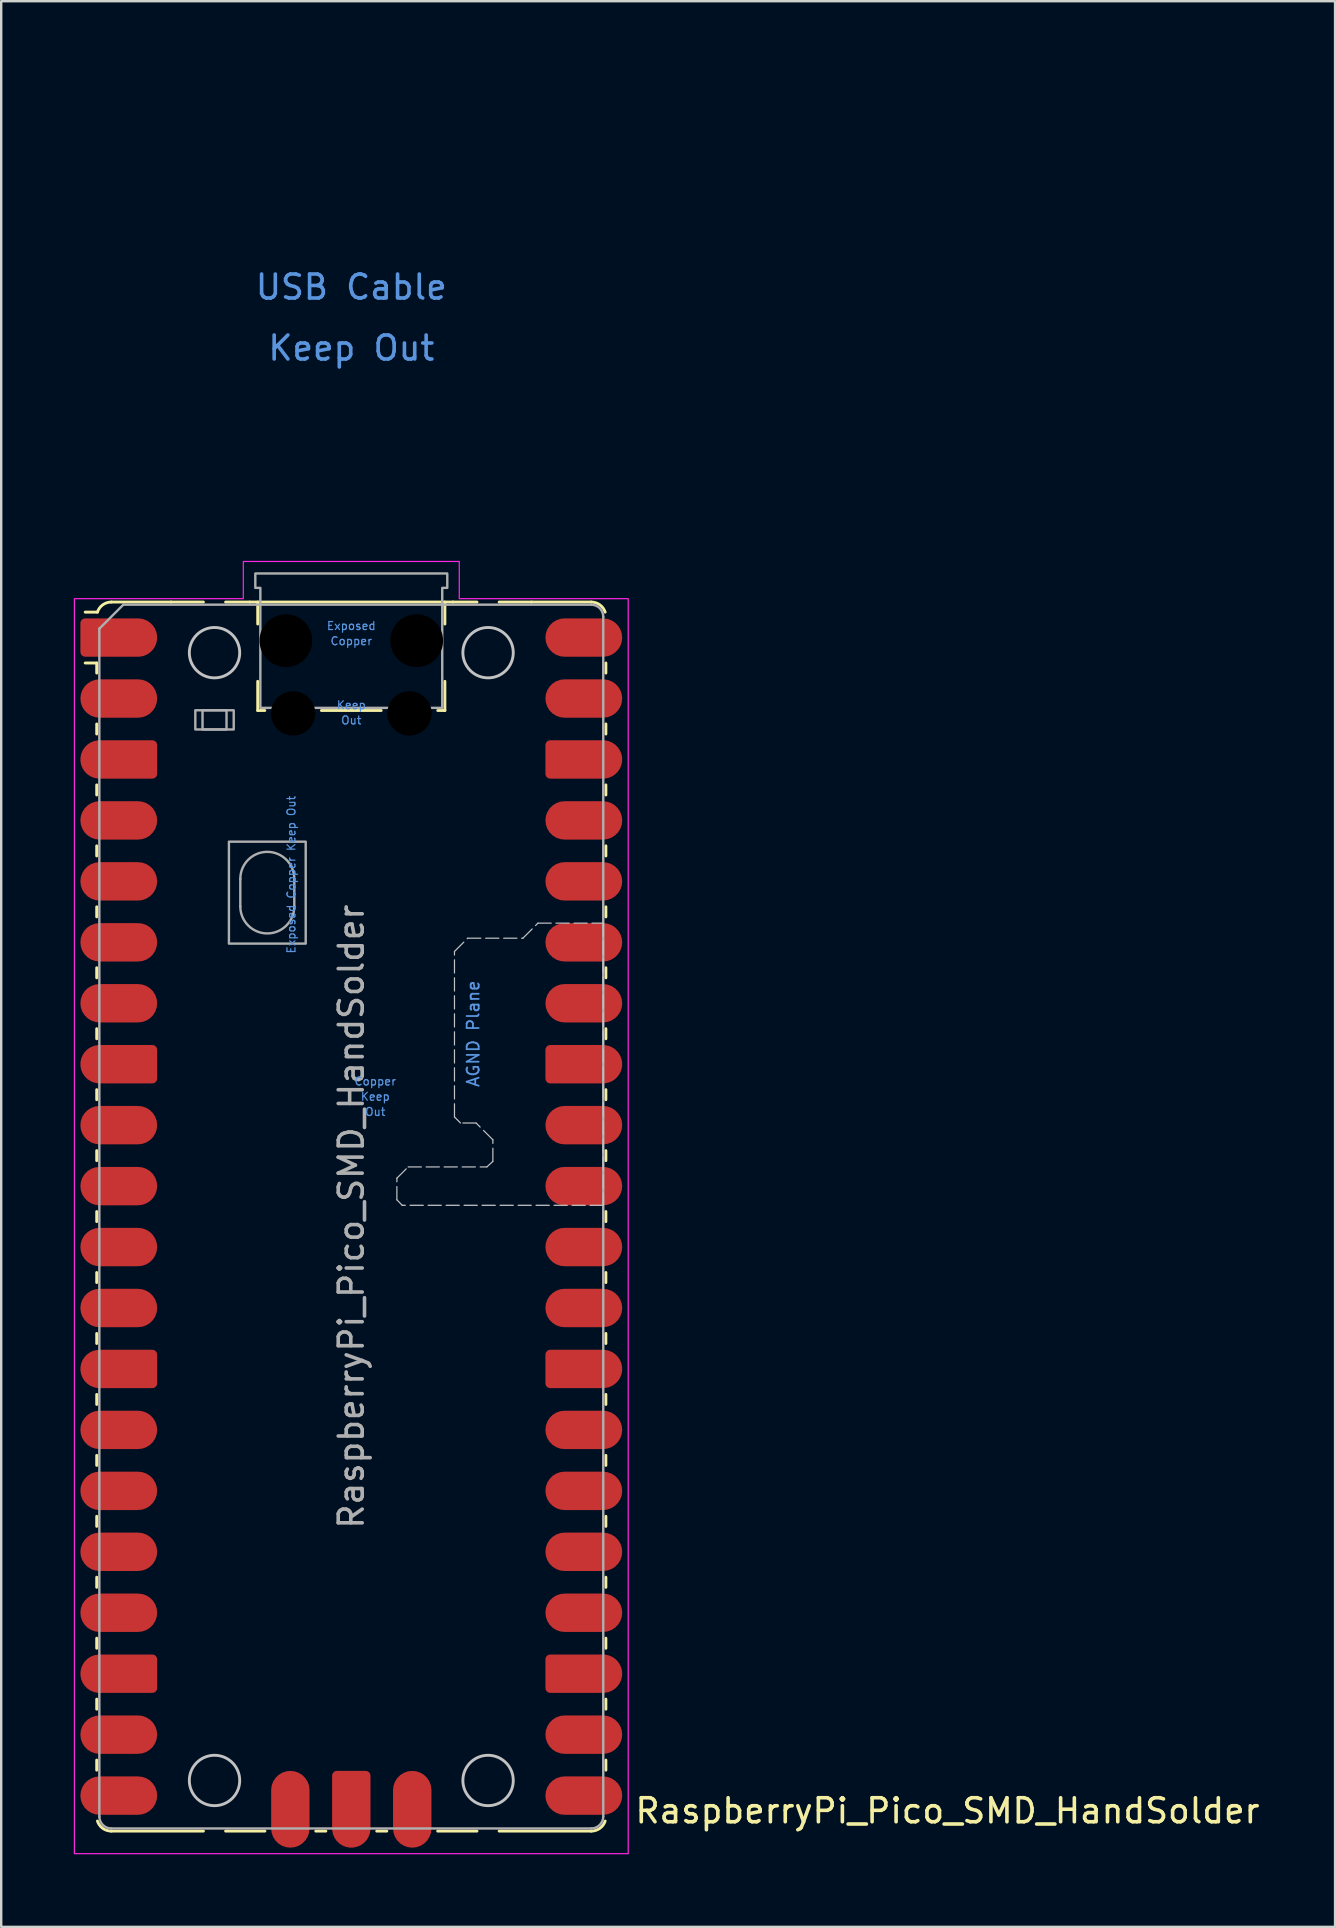
<source format=kicad_pcb>
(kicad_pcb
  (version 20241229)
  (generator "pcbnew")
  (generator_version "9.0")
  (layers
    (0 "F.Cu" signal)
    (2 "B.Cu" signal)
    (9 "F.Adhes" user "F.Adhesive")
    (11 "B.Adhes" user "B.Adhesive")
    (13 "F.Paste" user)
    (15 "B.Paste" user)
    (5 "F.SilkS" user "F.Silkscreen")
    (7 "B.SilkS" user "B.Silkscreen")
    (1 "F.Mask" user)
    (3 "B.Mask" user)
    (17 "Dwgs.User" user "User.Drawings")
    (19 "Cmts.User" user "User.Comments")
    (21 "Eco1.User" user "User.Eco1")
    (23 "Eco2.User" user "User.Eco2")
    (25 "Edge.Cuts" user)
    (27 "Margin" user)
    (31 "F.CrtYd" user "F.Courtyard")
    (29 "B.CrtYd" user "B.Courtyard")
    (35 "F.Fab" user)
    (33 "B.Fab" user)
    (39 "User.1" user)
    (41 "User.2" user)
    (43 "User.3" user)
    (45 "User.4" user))
  (footprint "RaspberryPi_Pico_SMD_HandSolder"
    (layer "F.Cu")
    (at 11.59 47.65)
    (property "Reference" "RaspberryPi_Pico_SMD_HandSolder" (at 11.748 24.765 0) (unlocked yes) (layer "F.SilkS") (effects (font (size 1 1) (thickness 0.15)) (justify left)))
    (attr smd)
    (fp_line (start -10.61 -23.07) (end -11.09 -23.07) (stroke (width 0.12) (type solid)) (layer "F.SilkS"))
    (fp_line (start -10.61 -23.07) (end -10.61 -22.65) (stroke (width 0.12) (type solid)) (layer "F.SilkS"))
    (fp_line (start -10.61 -20.53) (end -10.61 -20.11) (stroke (width 0.12) (type solid)) (layer "F.SilkS"))
    (fp_line (start -10.61 -17.99) (end -10.61 -17.57) (stroke (width 0.12) (type solid)) (layer "F.SilkS"))
    (fp_line (start -10.61 -15.45) (end -10.61 -15.03) (stroke (width 0.12) (type solid)) (layer "F.SilkS"))
    (fp_line (start -10.61 -12.91) (end -10.61 -12.49) (stroke (width 0.12) (type solid)) (layer "F.SilkS"))
    (fp_line (start -10.61 -10.37) (end -10.61 -9.95) (stroke (width 0.12) (type solid)) (layer "F.SilkS"))
    (fp_line (start -10.61 -7.83) (end -10.61 -7.41) (stroke (width 0.12) (type solid)) (layer "F.SilkS"))
    (fp_line (start -10.61 -5.29) (end -10.61 -4.87) (stroke (width 0.12) (type solid)) (layer "F.SilkS"))
    (fp_line (start -10.61 -2.75) (end -10.61 -2.33) (stroke (width 0.12) (type solid)) (layer "F.SilkS"))
    (fp_line (start -10.61 -0.21) (end -10.61 0.21) (stroke (width 0.12) (type solid)) (layer "F.SilkS"))
    (fp_line (start -10.61 2.33) (end -10.61 2.75) (stroke (width 0.12) (type solid)) (layer "F.SilkS"))
    (fp_line (start -10.61 4.87) (end -10.61 5.29) (stroke (width 0.12) (type solid)) (layer "F.SilkS"))
    (fp_line (start -10.61 7.41) (end -10.61 7.83) (stroke (width 0.12) (type solid)) (layer "F.SilkS"))
    (fp_line (start -10.61 9.95) (end -10.61 10.37) (stroke (width 0.12) (type solid)) (layer "F.SilkS"))
    (fp_line (start -10.61 12.49) (end -10.61 12.91) (stroke (width 0.12) (type solid)) (layer "F.SilkS"))
    (fp_line (start -10.61 15.03) (end -10.61 15.45) (stroke (width 0.12) (type solid)) (layer "F.SilkS"))
    (fp_line (start -10.61 17.57) (end -10.61 17.99) (stroke (width 0.12) (type solid)) (layer "F.SilkS"))
    (fp_line (start -10.61 20.11) (end -10.61 20.53) (stroke (width 0.12) (type solid)) (layer "F.SilkS"))
    (fp_line (start -10.61 22.65) (end -10.61 23.07) (stroke (width 0.12) (type solid)) (layer "F.SilkS"))
    (fp_line (start -10.58 -25.19) (end -11.09 -25.19) (stroke (width 0.12) (type solid)) (layer "F.SilkS"))
    (fp_line (start -10 -25.61) (end -7.51 -25.61) (stroke (width 0.12) (type solid)) (layer "F.SilkS"))
    (fp_line (start -10 25.61) (end -6.162 25.61) (stroke (width 0.12) (type solid)) (layer "F.SilkS"))
    (fp_line (start -7.51 -25.61) (end -6.162 -25.61) (stroke (width 0.12) (type solid)) (layer "F.SilkS"))
    (fp_line (start -5.238 -25.61) (end -4.235 -25.61) (stroke (width 0.12) (type solid)) (layer "F.SilkS"))
    (fp_line (start -4.235 -25.61) (end 4.235 -25.61) (stroke (width 0.12) (type solid)) (layer "F.SilkS"))
    (fp_line (start -3.9 -25.61) (end -3.9 -24.694) (stroke (width 0.12) (type solid)) (layer "F.SilkS"))
    (fp_line (start -3.9 -22.306) (end -3.9 -21.09) (stroke (width 0.12) (type solid)) (layer "F.SilkS"))
    (fp_line (start -3.9 -21.09) (end -3.604 -21.09) (stroke (width 0.12) (type solid)) (layer "F.SilkS"))
    (fp_line (start -3.6 25.61) (end -5.238 25.61) (stroke (width 0.12) (type solid)) (layer "F.SilkS"))
    (fp_line (start -1.48 25.61) (end -1.06 25.61) (stroke (width 0.12) (type solid)) (layer "F.SilkS"))
    (fp_line (start -1.246 -21.09) (end 1.246 -21.09) (stroke (width 0.12) (type solid)) (layer "F.SilkS"))
    (fp_line (start 1.06 25.61) (end 1.48 25.61) (stroke (width 0.12) (type solid)) (layer "F.SilkS"))
    (fp_line (start 3.604 -21.09) (end 3.9 -21.09) (stroke (width 0.12) (type solid)) (layer "F.SilkS"))
    (fp_line (start 3.9 -25.61) (end 3.9 -24.694) (stroke (width 0.12) (type solid)) (layer "F.SilkS"))
    (fp_line (start 3.9 -22.306) (end 3.9 -21.09) (stroke (width 0.12) (type solid)) (layer "F.SilkS"))
    (fp_line (start 4.235 -25.61) (end 5.238 -25.61) (stroke (width 0.12) (type solid)) (layer "F.SilkS"))
    (fp_line (start 5.238 25.61) (end 3.6 25.61) (stroke (width 0.12) (type solid)) (layer "F.SilkS"))
    (fp_line (start 6.162 -25.61) (end 7.51 -25.61) (stroke (width 0.12) (type solid)) (layer "F.SilkS"))
    (fp_line (start 6.162 25.61) (end 10 25.61) (stroke (width 0.12) (type solid)) (layer "F.SilkS"))
    (fp_line (start 10 -25.61) (end 7.51 -25.61) (stroke (width 0.12) (type solid)) (layer "F.SilkS"))
    (fp_line (start 10.61 -23.07) (end 10.61 -22.65) (stroke (width 0.12) (type solid)) (layer "F.SilkS"))
    (fp_line (start 10.61 -20.53) (end 10.61 -20.11) (stroke (width 0.12) (type solid)) (layer "F.SilkS"))
    (fp_line (start 10.61 -17.99) (end 10.61 -17.57) (stroke (width 0.12) (type solid)) (layer "F.SilkS"))
    (fp_line (start 10.61 -15.45) (end 10.61 -15.03) (stroke (width 0.12) (type solid)) (layer "F.SilkS"))
    (fp_line (start 10.61 -12.91) (end 10.61 -12.49) (stroke (width 0.12) (type solid)) (layer "F.SilkS"))
    (fp_line (start 10.61 -10.37) (end 10.61 -9.95) (stroke (width 0.12) (type solid)) (layer "F.SilkS"))
    (fp_line (start 10.61 -7.83) (end 10.61 -7.41) (stroke (width 0.12) (type solid)) (layer "F.SilkS"))
    (fp_line (start 10.61 -5.29) (end 10.61 -4.87) (stroke (width 0.12) (type solid)) (layer "F.SilkS"))
    (fp_line (start 10.61 -2.75) (end 10.61 -2.33) (stroke (width 0.12) (type solid)) (layer "F.SilkS"))
    (fp_line (start 10.61 -0.21) (end 10.61 0.21) (stroke (width 0.12) (type solid)) (layer "F.SilkS"))
    (fp_line (start 10.61 2.33) (end 10.61 2.75) (stroke (width 0.12) (type solid)) (layer "F.SilkS"))
    (fp_line (start 10.61 4.87) (end 10.61 5.29) (stroke (width 0.12) (type solid)) (layer "F.SilkS"))
    (fp_line (start 10.61 7.41) (end 10.61 7.83) (stroke (width 0.12) (type solid)) (layer "F.SilkS"))
    (fp_line (start 10.61 9.95) (end 10.61 10.37) (stroke (width 0.12) (type solid)) (layer "F.SilkS"))
    (fp_line (start 10.61 12.49) (end 10.61 12.91) (stroke (width 0.12) (type solid)) (layer "F.SilkS"))
    (fp_line (start 10.61 15.03) (end 10.61 15.45) (stroke (width 0.12) (type solid)) (layer "F.SilkS"))
    (fp_line (start 10.61 17.57) (end 10.61 17.99) (stroke (width 0.12) (type solid)) (layer "F.SilkS"))
    (fp_line (start 10.61 20.11) (end 10.61 20.53) (stroke (width 0.12) (type solid)) (layer "F.SilkS"))
    (fp_line (start 10.61 22.65) (end 10.61 23.07) (stroke (width 0.12) (type solid)) (layer "F.SilkS"))
    (fp_arc (start -10.579676 -25.19) (mid -10.357938 -25.493944) (end -10 -25.61) (stroke (width 0.12) (type solid)) (layer "F.SilkS"))
    (fp_arc (start -10 25.61) (mid -10.357937 25.493944) (end -10.579676 25.189937) (stroke (width 0.12) (type solid)) (layer "F.SilkS"))
    (fp_arc (start 10 -25.61) (mid 10.357937 -25.493944) (end 10.579676 -25.189937) (stroke (width 0.12) (type solid)) (layer "F.SilkS"))
    (fp_arc (start 10.579676 25.189937) (mid 10.357958 25.493991) (end 10 25.61) (stroke (width 0.12) (type solid)) (layer "F.SilkS"))
    (fp_circle (center -5.7 -23.5) (end -4.65 -23.5) (stroke (width 0.12) (type solid)) (fill no) (layer "Dwgs.User"))
    (fp_circle (center -5.7 23.5) (end -4.65 23.5) (stroke (width 0.12) (type solid)) (fill no) (layer "Dwgs.User"))
    (fp_circle (center 5.7 -23.5) (end 6.75 -23.5) (stroke (width 0.12) (type solid)) (fill no) (layer "Dwgs.User"))
    (fp_circle (center 5.7 23.5) (end 6.75 23.5) (stroke (width 0.12) (type solid)) (fill no) (layer "Dwgs.User"))
    (fp_poly (pts (xy 10.5 -0.47) (xy 2.12 -0.47) (xy 1.9 -0.7) (xy 1.9 -1.6) (xy 2.37 -2.07) (xy 5.65 -2.07) (xy 5.9 -2.3) (xy 5.9 -3.2) (xy 5.2 -3.9) (xy 4.55 -3.9) (xy 4.3 -4.15) (xy 4.3 -11.05) (xy 4.85 -11.6) (xy 7.15 -11.6) (xy 7.78 -12.23) (xy 10.5 -12.23)) (stroke (width 0.05) (type dash)) (fill no) (layer "Dwgs.User"))
    (fp_poly (pts (xy -4.5 -27.3) (xy 4.5 -27.3) (xy 4.5 -25.75) (xy 11.54 -25.75) (xy 11.54 26.55) (xy -11.54 26.55) (xy -11.54 -25.75) (xy -4.5 -25.75)) (stroke (width 0.05) (type solid)) (fill no) (layer "F.CrtYd"))
    (fp_line (start -10.5 -24.5) (end -9.5 -25.5) (stroke (width 0.1) (type solid)) (layer "F.Fab"))
    (fp_line (start -10.5 25) (end -10.5 -24.5) (stroke (width 0.1) (type solid)) (layer "F.Fab"))
    (fp_line (start -9.5 -25.5) (end 10 -25.5) (stroke (width 0.1) (type solid)) (layer "F.Fab"))
    (fp_line (start -4.625 -14.075) (end -4.625 -12.925) (stroke (width 0.1) (type solid)) (layer "F.Fab"))
    (fp_line (start -2.375 -14.075) (end -2.375 -12.925) (stroke (width 0.1) (type solid)) (layer "F.Fab"))
    (fp_line (start 10 25.5) (end -10 25.5) (stroke (width 0.1) (type solid)) (layer "F.Fab"))
    (fp_line (start 10.5 -25) (end 10.5 25) (stroke (width 0.1) (type solid)) (layer "F.Fab"))
    (fp_rect (start -6.5 -21.1) (end -4.9 -20.3) (stroke (width 0.1) (type solid)) (fill no) (layer "F.Fab"))
    (fp_rect (start -6.2 -21.1) (end -5.2 -20.3) (stroke (width 0.1) (type solid)) (fill no) (layer "F.Fab"))
    (fp_rect (start -5.1 -15.625) (end -1.9 -11.375) (stroke (width 0.1) (type solid)) (fill no) (layer "F.Fab"))
    (fp_arc (start -10 25.5) (mid -10.353553 25.353553) (end -10.5 25) (stroke (width 0.1) (type solid)) (layer "F.Fab"))
    (fp_arc (start -4.625 -14.075) (mid -3.5 -15.2) (end -2.375 -14.075) (stroke (width 0.1) (type solid)) (layer "F.Fab"))
    (fp_arc (start -2.375 -12.925) (mid -3.5 -11.8) (end -4.625 -12.925) (stroke (width 0.1) (type solid)) (layer "F.Fab"))
    (fp_arc (start 10 -25.5) (mid 10.353553 -25.353553) (end 10.5 -25) (stroke (width 0.1) (type solid)) (layer "F.Fab"))
    (fp_arc (start 10.5 25) (mid 10.353553 25.353553) (end 10 25.5) (stroke (width 0.1) (type solid)) (layer "F.Fab"))
    (fp_poly (pts (xy 3.79 -21.2) (xy 3.79 -26.2) (xy 4 -26.2) (xy 4 -26.8) (xy -4 -26.8) (xy -4 -26.2) (xy -3.79 -26.2) (xy -3.79 -21.2)) (stroke (width 0.1) (type solid)) (fill no) (layer "F.Fab"))
    (fp_text user "Copper" (at 0 -23.983 0) (unlocked yes) (layer "Cmts.User") (effects (font (size 0.333 0.333) (thickness 0.05))))
    (fp_text user "Exposed" (at 0 -24.617 0) (unlocked yes) (layer "Cmts.User") (effects (font (size 0.333 0.333) (thickness 0.05))))
    (fp_text user "Copper" (at 1 -5.635 0) (unlocked yes) (layer "Cmts.User") (effects (font (size 0.333 0.333) (thickness 0.05))))
    (fp_text user "Keep Out" (at 0 -36.195 0) (unlocked yes) (layer "Cmts.User") (effects (font (size 1 1) (thickness 0.15))))
    (fp_text user "AGND Plane" (at 5.08 -7.62 90) (unlocked yes) (layer "Cmts.User") (effects (font (size 0.5 0.5) (thickness 0.075))))
    (fp_text user "Keep" (at 1 -5 0) (unlocked yes) (layer "Cmts.User") (effects (font (size 0.333 0.333) (thickness 0.05))))
    (fp_text user "USB Cable" (at 0 -38.735 0) (unlocked yes) (layer "Cmts.User") (effects (font (size 1 1) (thickness 0.15))))
    (fp_text user "Exposed Copper Keep Out" (at -2.5 -14.25 90) (unlocked yes) (layer "Cmts.User") (effects (font (size 0.333 0.333) (thickness 0.05))))
    (fp_text user "Out" (at 1 -4.365 0) (unlocked yes) (layer "Cmts.User") (effects (font (size 0.333 0.333) (thickness 0.05))))
    (fp_text user "Out" (at 0 -20.683 0) (unlocked yes) (layer "Cmts.User") (effects (font (size 0.333 0.333) (thickness 0.05))))
    (fp_text user "Keep" (at 0 -21.317 0) (unlocked yes) (layer "Cmts.User") (effects (font (size 0.333 0.333) (thickness 0.05))))
    (fp_text user "${REFERENCE}" (at 0 0 90) (layer "F.Fab") (effects (font (size 1 1) (thickness 0.15))))
    (pad "" smd rect (at -8.89 -24.13) (size 3.8 2.2) (drill (offset -0.8 0)) (layers "F.Paste"))
    (pad "" smd rect (at -8.89 -21.59) (size 3.8 2.2) (drill (offset -0.8 0)) (layers "F.Paste"))
    (pad "" smd rect (at -8.89 -19.05) (size 3.8 2.2) (drill (offset -0.8 0)) (layers "F.Paste"))
    (pad "" smd rect (at -8.89 -16.51) (size 3.8 2.2) (drill (offset -0.8 0)) (layers "F.Paste"))
    (pad "" smd rect (at -8.89 -13.97) (size 3.8 2.2) (drill (offset -0.8 0)) (layers "F.Paste"))
    (pad "" smd rect (at -8.89 -11.43) (size 3.8 2.2) (drill (offset -0.8 0)) (layers "F.Paste"))
    (pad "" smd rect (at -8.89 -8.89) (size 3.8 2.2) (drill (offset -0.8 0)) (layers "F.Paste"))
    (pad "" smd rect (at -8.89 -6.35) (size 3.8 2.2) (drill (offset -0.8 0)) (layers "F.Paste"))
    (pad "" smd rect (at -8.89 -3.81) (size 3.8 2.2) (drill (offset -0.8 0)) (layers "F.Paste"))
    (pad "" smd rect (at -8.89 -1.27) (size 3.8 2.2) (drill (offset -0.8 0)) (layers "F.Paste"))
    (pad "" smd rect (at -8.89 1.27) (size 3.8 2.2) (drill (offset -0.8 0)) (layers "F.Paste"))
    (pad "" smd rect (at -8.89 3.81) (size 3.8 2.2) (drill (offset -0.8 0)) (layers "F.Paste"))
    (pad "" smd rect (at -8.89 6.35) (size 3.8 2.2) (drill (offset -0.8 0)) (layers "F.Paste"))
    (pad "" smd rect (at -8.89 8.89) (size 3.8 2.2) (drill (offset -0.8 0)) (layers "F.Paste"))
    (pad "" smd rect (at -8.89 11.43) (size 3.8 2.2) (drill (offset -0.8 0)) (layers "F.Paste"))
    (pad "" smd rect (at -8.89 13.97) (size 3.8 2.2) (drill (offset -0.8 0)) (layers "F.Paste"))
    (pad "" smd rect (at -8.89 16.51) (size 3.8 2.2) (drill (offset -0.8 0)) (layers "F.Paste"))
    (pad "" smd rect (at -8.89 19.05) (size 3.8 2.2) (drill (offset -0.8 0)) (layers "F.Paste"))
    (pad "" smd rect (at -8.89 21.59) (size 3.8 2.2) (drill (offset -0.8 0)) (layers "F.Paste"))
    (pad "" smd rect (at -8.89 24.13) (size 3.8 2.2) (drill (offset -0.8 0)) (layers "F.Paste"))
    (pad "" np_thru_hole circle (at -2.725 -24) (size 2.2 2.2) (drill 2.2) (layers "*.Mask"))
    (pad "" smd rect (at -2.54 23.9) (size 2.2 3.8) (drill (offset 0 0.8)) (layers "F.Paste"))
    (pad "" np_thru_hole circle (at -2.425 -20.97) (size 1.85 1.85) (drill 1.85) (layers "*.Mask"))
    (pad "" smd rect (at 0 23.9) (size 2.2 3.8) (drill (offset 0 0.8)) (layers "F.Paste"))
    (pad "" np_thru_hole circle (at 2.425 -20.97) (size 1.85 1.85) (drill 1.85) (layers "*.Mask"))
    (pad "" smd rect (at 2.54 23.9) (size 2.2 3.8) (drill (offset 0 0.8)) (layers "F.Paste"))
    (pad "" np_thru_hole circle (at 2.725 -24) (size 2.2 2.2) (drill 2.2) (layers "*.Mask"))
    (pad "" smd rect (at 8.89 -24.13) (size 3.8 2.2) (drill (offset 0.8 0)) (layers "F.Paste"))
    (pad "" smd rect (at 8.89 -21.59) (size 3.8 2.2) (drill (offset 0.8 0)) (layers "F.Paste"))
    (pad "" smd rect (at 8.89 -19.05) (size 3.8 2.2) (drill (offset 0.8 0)) (layers "F.Paste"))
    (pad "" smd rect (at 8.89 -16.51) (size 3.8 2.2) (drill (offset 0.8 0)) (layers "F.Paste"))
    (pad "" smd rect (at 8.89 -13.97) (size 3.8 2.2) (drill (offset 0.8 0)) (layers "F.Paste"))
    (pad "" smd rect (at 8.89 -11.43) (size 3.8 2.2) (drill (offset 0.8 0)) (layers "F.Paste"))
    (pad "" smd rect (at 8.89 -8.89) (size 3.8 2.2) (drill (offset 0.8 0)) (layers "F.Paste"))
    (pad "" smd rect (at 8.89 -6.35) (size 3.8 2.2) (drill (offset 0.8 0)) (layers "F.Paste"))
    (pad "" smd rect (at 8.89 -3.81) (size 3.8 2.2) (drill (offset 0.8 0)) (layers "F.Paste"))
    (pad "" smd rect (at 8.89 -1.27) (size 3.8 2.2) (drill (offset 0.8 0)) (layers "F.Paste"))
    (pad "" smd rect (at 8.89 1.27) (size 3.8 2.2) (drill (offset 0.8 0)) (layers "F.Paste"))
    (pad "" smd rect (at 8.89 3.81) (size 3.8 2.2) (drill (offset 0.8 0)) (layers "F.Paste"))
    (pad "" smd rect (at 8.89 6.35) (size 3.8 2.2) (drill (offset 0.8 0)) (layers "F.Paste"))
    (pad "" smd rect (at 8.89 8.89) (size 3.8 2.2) (drill (offset 0.8 0)) (layers "F.Paste"))
    (pad "" smd rect (at 8.89 11.43) (size 3.8 2.2) (drill (offset 0.8 0)) (layers "F.Paste"))
    (pad "" smd rect (at 8.89 13.97) (size 3.8 2.2) (drill (offset 0.8 0)) (layers "F.Paste"))
    (pad "" smd rect (at 8.89 16.51) (size 3.8 2.2) (drill (offset 0.8 0)) (layers "F.Paste"))
    (pad "" smd rect (at 8.89 19.05) (size 3.8 2.2) (drill (offset 0.8 0)) (layers "F.Paste"))
    (pad "" smd rect (at 8.89 21.59) (size 3.8 2.2) (drill (offset 0.8 0)) (layers "F.Paste"))
    (pad "" smd rect (at 8.89 24.13) (size 3.8 2.2) (drill (offset 0.8 0)) (layers "F.Paste"))
    (pad "1" smd custom (at -9.69 -24.13) (size 1.6 0.8) (layers "F.Cu" "F.Mask") (options (anchor rect)) (primitives (gr_circle (center 0.8 0) (end 1.6 0) (width 0) (fill yes)) (gr_poly (pts (xy -1.6 -0.6) (xy -1.6 0.6) (xy -1.4 0.8) (xy 0.8 0.8) (xy 0.8 -0.8) (xy -1.4 -0.8)) (width 0) (fill yes)) (gr_circle (center -1.4 -0.6) (end -1.2 -0.6) (width 0) (fill yes)) (gr_circle (center -1.4 0.6) (end -1.2 0.6) (width 0) (fill yes))))
    (pad "2" smd roundrect (at -9.69 -21.59) (size 3.2 1.6) (layers "F.Cu" "F.Mask") (roundrect_rratio 0.5))
    (pad "3" smd custom (at -9.69 -19.05) (size 1.6 0.8) (layers "F.Cu" "F.Mask") (options (anchor rect)) (primitives (gr_circle (center -0.8 0) (end 0 0) (width 0) (fill yes)) (gr_poly (pts (xy 1.6 -0.6) (xy 1.6 0.6) (xy 1.4 0.8) (xy -0.8 0.8) (xy -0.8 -0.8) (xy 1.4 -0.8)) (width 0) (fill yes)) (gr_circle (center 1.4 -0.6) (end 1.6 -0.6) (width 0) (fill yes)) (gr_circle (center 1.4 0.6) (end 1.6 0.6) (width 0) (fill yes))))
    (pad "4" smd roundrect (at -9.69 -16.51) (size 3.2 1.6) (layers "F.Cu" "F.Mask") (roundrect_rratio 0.5))
    (pad "5" smd roundrect (at -9.69 -13.97) (size 3.2 1.6) (layers "F.Cu" "F.Mask") (roundrect_rratio 0.5))
    (pad "6" smd roundrect (at -9.69 -11.43) (size 3.2 1.6) (layers "F.Cu" "F.Mask") (roundrect_rratio 0.5))
    (pad "7" smd roundrect (at -9.69 -8.89) (size 3.2 1.6) (layers "F.Cu" "F.Mask") (roundrect_rratio 0.5))
    (pad "8" smd custom (at -9.69 -6.35) (size 1.6 0.8) (layers "F.Cu" "F.Mask") (options (anchor rect)) (primitives (gr_circle (center -0.8 0) (end 0 0) (width 0) (fill yes)) (gr_poly (pts (xy 1.6 -0.6) (xy 1.6 0.6) (xy 1.4 0.8) (xy -0.8 0.8) (xy -0.8 -0.8) (xy 1.4 -0.8)) (width 0) (fill yes)) (gr_circle (center 1.4 -0.6) (end 1.6 -0.6) (width 0) (fill yes)) (gr_circle (center 1.4 0.6) (end 1.6 0.6) (width 0) (fill yes))))
    (pad "9" smd roundrect (at -9.69 -3.81) (size 3.2 1.6) (layers "F.Cu" "F.Mask") (roundrect_rratio 0.5))
    (pad "10" smd roundrect (at -9.69 -1.27) (size 3.2 1.6) (layers "F.Cu" "F.Mask") (roundrect_rratio 0.5))
    (pad "11" smd roundrect (at -9.69 1.27) (size 3.2 1.6) (layers "F.Cu" "F.Mask") (roundrect_rratio 0.5))
    (pad "12" smd roundrect (at -9.69 3.81) (size 3.2 1.6) (layers "F.Cu" "F.Mask") (roundrect_rratio 0.5))
    (pad "13" smd custom (at -9.69 6.35) (size 1.6 0.8) (layers "F.Cu" "F.Mask") (options (anchor rect)) (primitives (gr_circle (center -0.8 0) (end 0 0) (width 0) (fill yes)) (gr_poly (pts (xy 1.6 -0.6) (xy 1.6 0.6) (xy 1.4 0.8) (xy -0.8 0.8) (xy -0.8 -0.8) (xy 1.4 -0.8)) (width 0) (fill yes)) (gr_circle (center 1.4 -0.6) (end 1.6 -0.6) (width 0) (fill yes)) (gr_circle (center 1.4 0.6) (end 1.6 0.6) (width 0) (fill yes))))
    (pad "14" smd roundrect (at -9.69 8.89) (size 3.2 1.6) (layers "F.Cu" "F.Mask") (roundrect_rratio 0.5))
    (pad "15" smd roundrect (at -9.69 11.43) (size 3.2 1.6) (layers "F.Cu" "F.Mask") (roundrect_rratio 0.5))
    (pad "16" smd roundrect (at -9.69 13.97) (size 3.2 1.6) (layers "F.Cu" "F.Mask") (roundrect_rratio 0.5))
    (pad "17" smd roundrect (at -9.69 16.51) (size 3.2 1.6) (layers "F.Cu" "F.Mask") (roundrect_rratio 0.5))
    (pad "18" smd custom (at -9.69 19.05) (size 1.6 0.8) (layers "F.Cu" "F.Mask") (options (anchor rect)) (primitives (gr_circle (center -0.8 0) (end 0 0) (width 0) (fill yes)) (gr_poly (pts (xy 1.6 -0.6) (xy 1.6 0.6) (xy 1.4 0.8) (xy -0.8 0.8) (xy -0.8 -0.8) (xy 1.4 -0.8)) (width 0) (fill yes)) (gr_circle (center 1.4 -0.6) (end 1.6 -0.6) (width 0) (fill yes)) (gr_circle (center 1.4 0.6) (end 1.6 0.6) (width 0) (fill yes))))
    (pad "19" smd roundrect (at -9.69 21.59) (size 3.2 1.6) (layers "F.Cu" "F.Mask") (roundrect_rratio 0.5))
    (pad "20" smd roundrect (at -9.69 24.13) (size 3.2 1.6) (layers "F.Cu" "F.Mask") (roundrect_rratio 0.5))
    (pad "21" smd roundrect (at 9.69 24.13) (size 3.2 1.6) (layers "F.Cu" "F.Mask") (roundrect_rratio 0.5))
    (pad "22" smd roundrect (at 9.69 21.59) (size 3.2 1.6) (layers "F.Cu" "F.Mask") (roundrect_rratio 0.5))
    (pad "23" smd custom (at 9.69 19.05) (size 1.6 0.8) (layers "F.Cu" "F.Mask") (options (anchor rect)) (primitives (gr_circle (center 0.8 0) (end 1.6 0) (width 0) (fill yes)) (gr_poly (pts (xy -1.6 -0.6) (xy -1.6 0.6) (xy -1.4 0.8) (xy 0.8 0.8) (xy 0.8 -0.8) (xy -1.4 -0.8)) (width 0) (fill yes)) (gr_circle (center -1.4 -0.6) (end -1.2 -0.6) (width 0) (fill yes)) (gr_circle (center -1.4 0.6) (end -1.2 0.6) (width 0) (fill yes))))
    (pad "24" smd roundrect (at 9.69 16.51) (size 3.2 1.6) (layers "F.Cu" "F.Mask") (roundrect_rratio 0.5))
    (pad "25" smd roundrect (at 9.69 13.97) (size 3.2 1.6) (layers "F.Cu" "F.Mask") (roundrect_rratio 0.5))
    (pad "26" smd roundrect (at 9.69 11.43) (size 3.2 1.6) (layers "F.Cu" "F.Mask") (roundrect_rratio 0.5))
    (pad "27" smd roundrect (at 9.69 8.89) (size 3.2 1.6) (layers "F.Cu" "F.Mask") (roundrect_rratio 0.5))
    (pad "28" smd custom (at 9.69 6.35) (size 1.6 0.8) (layers "F.Cu" "F.Mask") (options (anchor rect)) (primitives (gr_circle (center 0.8 0) (end 1.6 0) (width 0) (fill yes)) (gr_poly (pts (xy -1.6 -0.6) (xy -1.6 0.6) (xy -1.4 0.8) (xy 0.8 0.8) (xy 0.8 -0.8) (xy -1.4 -0.8)) (width 0) (fill yes)) (gr_circle (center -1.4 -0.6) (end -1.2 -0.6) (width 0) (fill yes)) (gr_circle (center -1.4 0.6) (end -1.2 0.6) (width 0) (fill yes))))
    (pad "29" smd roundrect (at 9.69 3.81) (size 3.2 1.6) (layers "F.Cu" "F.Mask") (roundrect_rratio 0.5))
    (pad "30" smd roundrect (at 9.69 1.27) (size 3.2 1.6) (layers "F.Cu" "F.Mask") (roundrect_rratio 0.5))
    (pad "31" smd roundrect (at 9.69 -1.27) (size 3.2 1.6) (layers "F.Cu" "F.Mask") (roundrect_rratio 0.5))
    (pad "32" smd roundrect (at 9.69 -3.81) (size 3.2 1.6) (layers "F.Cu" "F.Mask") (roundrect_rratio 0.5))
    (pad "33" smd custom (at 9.69 -6.35) (size 1.6 0.8) (layers "F.Cu" "F.Mask") (options (anchor rect)) (primitives (gr_circle (center 0.8 0) (end 1.6 0) (width 0) (fill yes)) (gr_poly (pts (xy -1.6 -0.6) (xy -1.6 0.6) (xy -1.4 0.8) (xy 0.8 0.8) (xy 0.8 -0.8) (xy -1.4 -0.8)) (width 0) (fill yes)) (gr_circle (center -1.4 -0.6) (end -1.2 -0.6) (width 0) (fill yes)) (gr_circle (center -1.4 0.6) (end -1.2 0.6) (width 0) (fill yes))))
    (pad "34" smd roundrect (at 9.69 -8.89) (size 3.2 1.6) (layers "F.Cu" "F.Mask") (roundrect_rratio 0.5))
    (pad "35" smd roundrect (at 9.69 -11.43) (size 3.2 1.6) (layers "F.Cu" "F.Mask") (roundrect_rratio 0.5))
    (pad "36" smd roundrect (at 9.69 -13.97) (size 3.2 1.6) (layers "F.Cu" "F.Mask") (roundrect_rratio 0.5))
    (pad "37" smd roundrect (at 9.69 -16.51) (size 3.2 1.6) (layers "F.Cu" "F.Mask") (roundrect_rratio 0.5))
    (pad "38" smd custom (at 9.69 -19.05) (size 1.6 0.8) (layers "F.Cu" "F.Mask") (options (anchor rect)) (primitives (gr_circle (center 0.8 0) (end 1.6 0) (width 0) (fill yes)) (gr_poly (pts (xy -1.6 -0.6) (xy -1.6 0.6) (xy -1.4 0.8) (xy 0.8 0.8) (xy 0.8 -0.8) (xy -1.4 -0.8)) (width 0) (fill yes)) (gr_circle (center -1.4 -0.6) (end -1.2 -0.6) (width 0) (fill yes)) (gr_circle (center -1.4 0.6) (end -1.2 0.6) (width 0) (fill yes))))
    (pad "39" smd roundrect (at 9.69 -21.59) (size 3.2 1.6) (layers "F.Cu" "F.Mask") (roundrect_rratio 0.5))
    (pad "40" smd roundrect (at 9.69 -24.13) (size 3.2 1.6) (layers "F.Cu" "F.Mask") (roundrect_rratio 0.5))
    (pad "D1" smd roundrect (at -2.54 23.9 90) (size 3.2 1.6) (drill (offset -0.8 0)) (layers "F.Cu" "F.Mask") (roundrect_rratio 0.5))
    (pad "D2" smd custom (at 0 23.9 270) (size 1.6 1.6) (layers "F.Cu" "F.Mask") (options (anchor circle)) (primitives (gr_poly (pts (xy -0.8 -0.6) (xy -0.8 0.6) (xy -0.6 0.8) (xy 1.6 0.8) (xy 1.6 -0.8) (xy -0.6 -0.8)) (width 0) (fill yes)) (gr_circle (center -0.6 0.6) (end -0.4 0.6) (width 0) (fill yes)) (gr_circle (center -0.6 -0.6) (end -0.4 -0.6) (width 0) (fill yes)) (gr_circle (center 1.6 0) (end 2.4 0) (width 0) (fill yes))))
    (pad "D3" smd roundrect (at 2.54 23.9 90) (size 3.2 1.6) (drill (offset -0.8 0)) (layers "F.Cu" "F.Mask") (roundrect_rratio 0.5))
    (zone (net_name "") (layers "F.Cu" "F.Paste") (name "Pad Keep Out TP6") (hatch full 0.5) (connect_pads) (min_thickness 0.25) (filled_areas_thickness no) (keepout (tracks not_allowed) (vias not_allowed) (pads not_allowed) (copperpour not_allowed) (footprints allowed)) (placement (enabled no)) (fill) (polygon (pts (xy 8.574 37.598) (xy 8.448 37.564) (xy 8.334 37.498) (xy 8.242 37.406) (xy 8.176 37.292) (xy 8.142 37.166) (xy 8.14 37.1) (xy 8.14 33.4) (xy 10.04 33.4) (xy 10.04 37.1) (xy 10.038 37.166) (xy 10.004 37.292) (xy 9.938 37.406) (xy 9.846 37.498) (xy 9.732 37.564) (xy 9.606 37.598) (xy 9.54 37.6) (xy 8.64 37.6))))
    (zone (net_name "") (layers "F.Cu" "F.Paste") (name "Pad Keep Out TP3") (hatch full 0.5) (connect_pads) (min_thickness 0.25) (filled_areas_thickness no) (keepout (tracks not_allowed) (vias not_allowed) (pads not_allowed) (copperpour not_allowed) (footprints allowed)) (placement (enabled no)) (fill) (polygon (pts (xy 9.642 22.834) (xy 9.676 22.708) (xy 9.742 22.594) (xy 9.834 22.502) (xy 9.948 22.436) (xy 10.074 22.402) (xy 10.14 22.4) (xy 10.59 22.4) (xy 10.59 24.3) (xy 10.14 24.3) (xy 10.074 24.298) (xy 9.948 24.264) (xy 9.834 24.198) (xy 9.742 24.106) (xy 9.676 23.992) (xy 9.642 23.866) (xy 9.64 23.8) (xy 9.64 22.9))))
    (zone (net_name "") (layers "F.Cu" "F.Paste") (name "Pad Keep Out TP4") (hatch full 0.5) (connect_pads) (min_thickness 0.25) (filled_areas_thickness no) (keepout (tracks not_allowed) (vias not_allowed) (pads not_allowed) (copperpour not_allowed) (footprints allowed)) (placement (enabled no)) (fill) (polygon (pts (xy 10.04 33.4) (xy 10.04 29.7) (xy 10.038 29.634) (xy 10.004 29.508) (xy 9.938 29.394) (xy 9.846 29.302) (xy 9.732 29.236) (xy 9.606 29.202) (xy 9.54 29.2) (xy 8.64 29.2) (xy 8.574 29.202) (xy 8.448 29.236) (xy 8.334 29.302) (xy 8.242 29.394) (xy 8.176 29.508) (xy 8.142 29.634) (xy 8.14 29.7) (xy 8.14 33.4))))
    (zone (net_name "") (layers "F.Cu" "F.Paste") (name "Pad Keep Out TP3") (hatch full 0.5) (connect_pads) (min_thickness 0.25) (filled_areas_thickness no) (keepout (tracks not_allowed) (vias not_allowed) (pads not_allowed) (copperpour not_allowed) (footprints allowed)) (placement (enabled no)) (fill) (polygon (pts (xy 10.59 24.3) (xy 11.04 24.3) (xy 11.106 24.298) (xy 11.232 24.264) (xy 11.346 24.198) (xy 11.438 24.106) (xy 11.504 23.992) (xy 11.538 23.866) (xy 11.54 23.8) (xy 11.54 22.9) (xy 11.538 22.834) (xy 11.504 22.708) (xy 11.438 22.594) (xy 11.346 22.502) (xy 11.232 22.436) (xy 11.106 22.402) (xy 11.04 22.4) (xy 10.59 22.4))))
    (zone (net_name "") (layers "F.Cu" "F.Paste") (name "Pad Keep Out TP1") (hatch full 0.5) (connect_pads) (min_thickness 0.25) (filled_areas_thickness no) (keepout (tracks not_allowed) (vias not_allowed) (pads not_allowed) (copperpour not_allowed) (footprints allowed)) (placement (enabled no)) (fill) (polygon (pts (xy 10.642 26.134) (xy 10.676 26.008) (xy 10.742 25.894) (xy 10.834 25.802) (xy 10.948 25.736) (xy 11.074 25.702) (xy 11.14 25.7) (xy 11.59 25.7) (xy 11.59 27.6) (xy 11.14 27.6) (xy 11.074 27.598) (xy 10.948 27.564) (xy 10.834 27.498) (xy 10.742 27.406) (xy 10.676 27.292) (xy 10.642 27.166) (xy 10.64 27.1) (xy 10.64 26.2))))
    (zone (net_name "") (layers "F.Cu" "F.Paste") (name "Pad Keep Out TP1") (hatch full 0.5) (connect_pads) (min_thickness 0.25) (filled_areas_thickness no) (keepout (tracks not_allowed) (vias not_allowed) (pads not_allowed) (copperpour not_allowed) (footprints allowed)) (placement (enabled no)) (fill) (polygon (pts (xy 11.59 27.6) (xy 12.04 27.6) (xy 12.106 27.598) (xy 12.232 27.564) (xy 12.346 27.498) (xy 12.438 27.406) (xy 12.504 27.292) (xy 12.538 27.166) (xy 12.54 27.1) (xy 12.54 26.2) (xy 12.538 26.134) (xy 12.504 26.008) (xy 12.438 25.894) (xy 12.346 25.802) (xy 12.232 25.736) (xy 12.106 25.702) (xy 12.04 25.7) (xy 11.59 25.7))))
    (zone (net_name "") (layers "F.Cu" "F.Paste") (name "Pad Keep Out TP2") (hatch full 0.5) (connect_pads) (min_thickness 0.25) (filled_areas_thickness no) (keepout (tracks not_allowed) (vias not_allowed) (pads not_allowed) (copperpour not_allowed) (footprints allowed)) (placement (enabled no)) (fill) (polygon (pts (xy 11.642 22.849) (xy 11.676 22.723) (xy 11.742 22.609) (xy 11.834 22.517) (xy 11.948 22.451) (xy 12.074 22.417) (xy 12.14 22.415) (xy 12.59 22.415) (xy 12.59 24.315) (xy 12.14 24.315) (xy 12.074 24.313) (xy 11.948 24.279) (xy 11.834 24.213) (xy 11.742 24.121) (xy 11.676 24.007) (xy 11.642 23.881) (xy 11.64 23.815) (xy 11.64 22.915))))
    (zone (net_name "") (layers "F.Cu" "F.Paste") (name "Pad Keep Out TP7") (hatch full 0.5) (connect_pads) (min_thickness 0.25) (filled_areas_thickness no) (keepout (tracks not_allowed) (vias not_allowed) (pads not_allowed) (copperpour not_allowed) (footprints allowed)) (placement (enabled no)) (fill) (polygon (pts (xy 11.642 42.134) (xy 11.676 42.008) (xy 11.742 41.894) (xy 11.834 41.802) (xy 11.948 41.736) (xy 12.074 41.702) (xy 12.14 41.7) (xy 12.59 41.7) (xy 12.59 43.6) (xy 12.14 43.6) (xy 12.074 43.598) (xy 11.948 43.564) (xy 11.834 43.498) (xy 11.742 43.406) (xy 11.676 43.292) (xy 11.642 43.166) (xy 11.64 43.1) (xy 11.64 42.2))))
    (zone (net_name "") (layers "F.Cu" "F.Paste") (name "Pad Keep Out TP2") (hatch full 0.5) (connect_pads) (min_thickness 0.25) (filled_areas_thickness no) (keepout (tracks not_allowed) (vias not_allowed) (pads not_allowed) (copperpour not_allowed) (footprints allowed)) (placement (enabled no)) (fill) (polygon (pts (xy 12.59 24.315) (xy 13.04 24.315) (xy 13.106 24.313) (xy 13.232 24.279) (xy 13.346 24.213) (xy 13.438 24.121) (xy 13.504 24.007) (xy 13.538 23.881) (xy 13.54 23.815) (xy 13.54 22.915) (xy 13.538 22.849) (xy 13.504 22.723) (xy 13.438 22.609) (xy 13.346 22.517) (xy 13.232 22.451) (xy 13.106 22.417) (xy 13.04 22.415) (xy 12.59 22.415))))
    (zone (net_name "") (layers "F.Cu" "F.Paste") (name "Pad Keep Out TP7") (hatch full 0.5) (connect_pads) (min_thickness 0.25) (filled_areas_thickness no) (keepout (tracks not_allowed) (vias not_allowed) (pads not_allowed) (copperpour not_allowed) (footprints allowed)) (placement (enabled no)) (fill) (polygon (pts (xy 12.59 43.6) (xy 13.04 43.6) (xy 13.106 43.598) (xy 13.232 43.564) (xy 13.346 43.498) (xy 13.438 43.406) (xy 13.504 43.292) (xy 13.538 43.166) (xy 13.54 43.1) (xy 13.54 42.2) (xy 13.538 42.134) (xy 13.504 42.008) (xy 13.438 41.894) (xy 13.346 41.802) (xy 13.232 41.736) (xy 13.106 41.702) (xy 13.04 41.7) (xy 12.59 41.7))))
    (zone (net_name "") (layer "Edge.Cuts") (name "Board Keep Out USB Cable") (hatch edge 0.5) (connect_pads) (min_thickness 0.254) (filled_areas_thickness no) (keepout (tracks allowed) (vias allowed) (pads allowed) (copperpour allowed) (footprints allowed)) (placement (enabled no)) (fill) (polygon (pts (xy 5.39 0) (xy 17.79 0) (xy 17.79 20.4) (xy 5.39 20.4))))
    (zone (net_name "") (layer "F.CrtYd") (name "USB Cable Keep Out") (hatch full 0.5) (connect_pads) (min_thickness 0.254) (filled_areas_thickness no) (keepout (tracks allowed) (vias allowed) (pads allowed) (copperpour allowed) (footprints not_allowed)) (placement (enabled no)) (fill) (polygon (pts (xy 5.84 19.95) (xy 7.65 19.95) (xy 7.65 20.35) (xy 15.53 20.35) (xy 15.53 19.95) (xy 17.34 19.95) (xy 17.34 0.45) (xy 5.84 0.45)))))
  (gr_rect
    (start -3 -3)
    (end 52.588 77.25)
    (stroke (width 0.1) (type default))
    (fill no)
    (layer "Edge.Cuts")))
</source>
